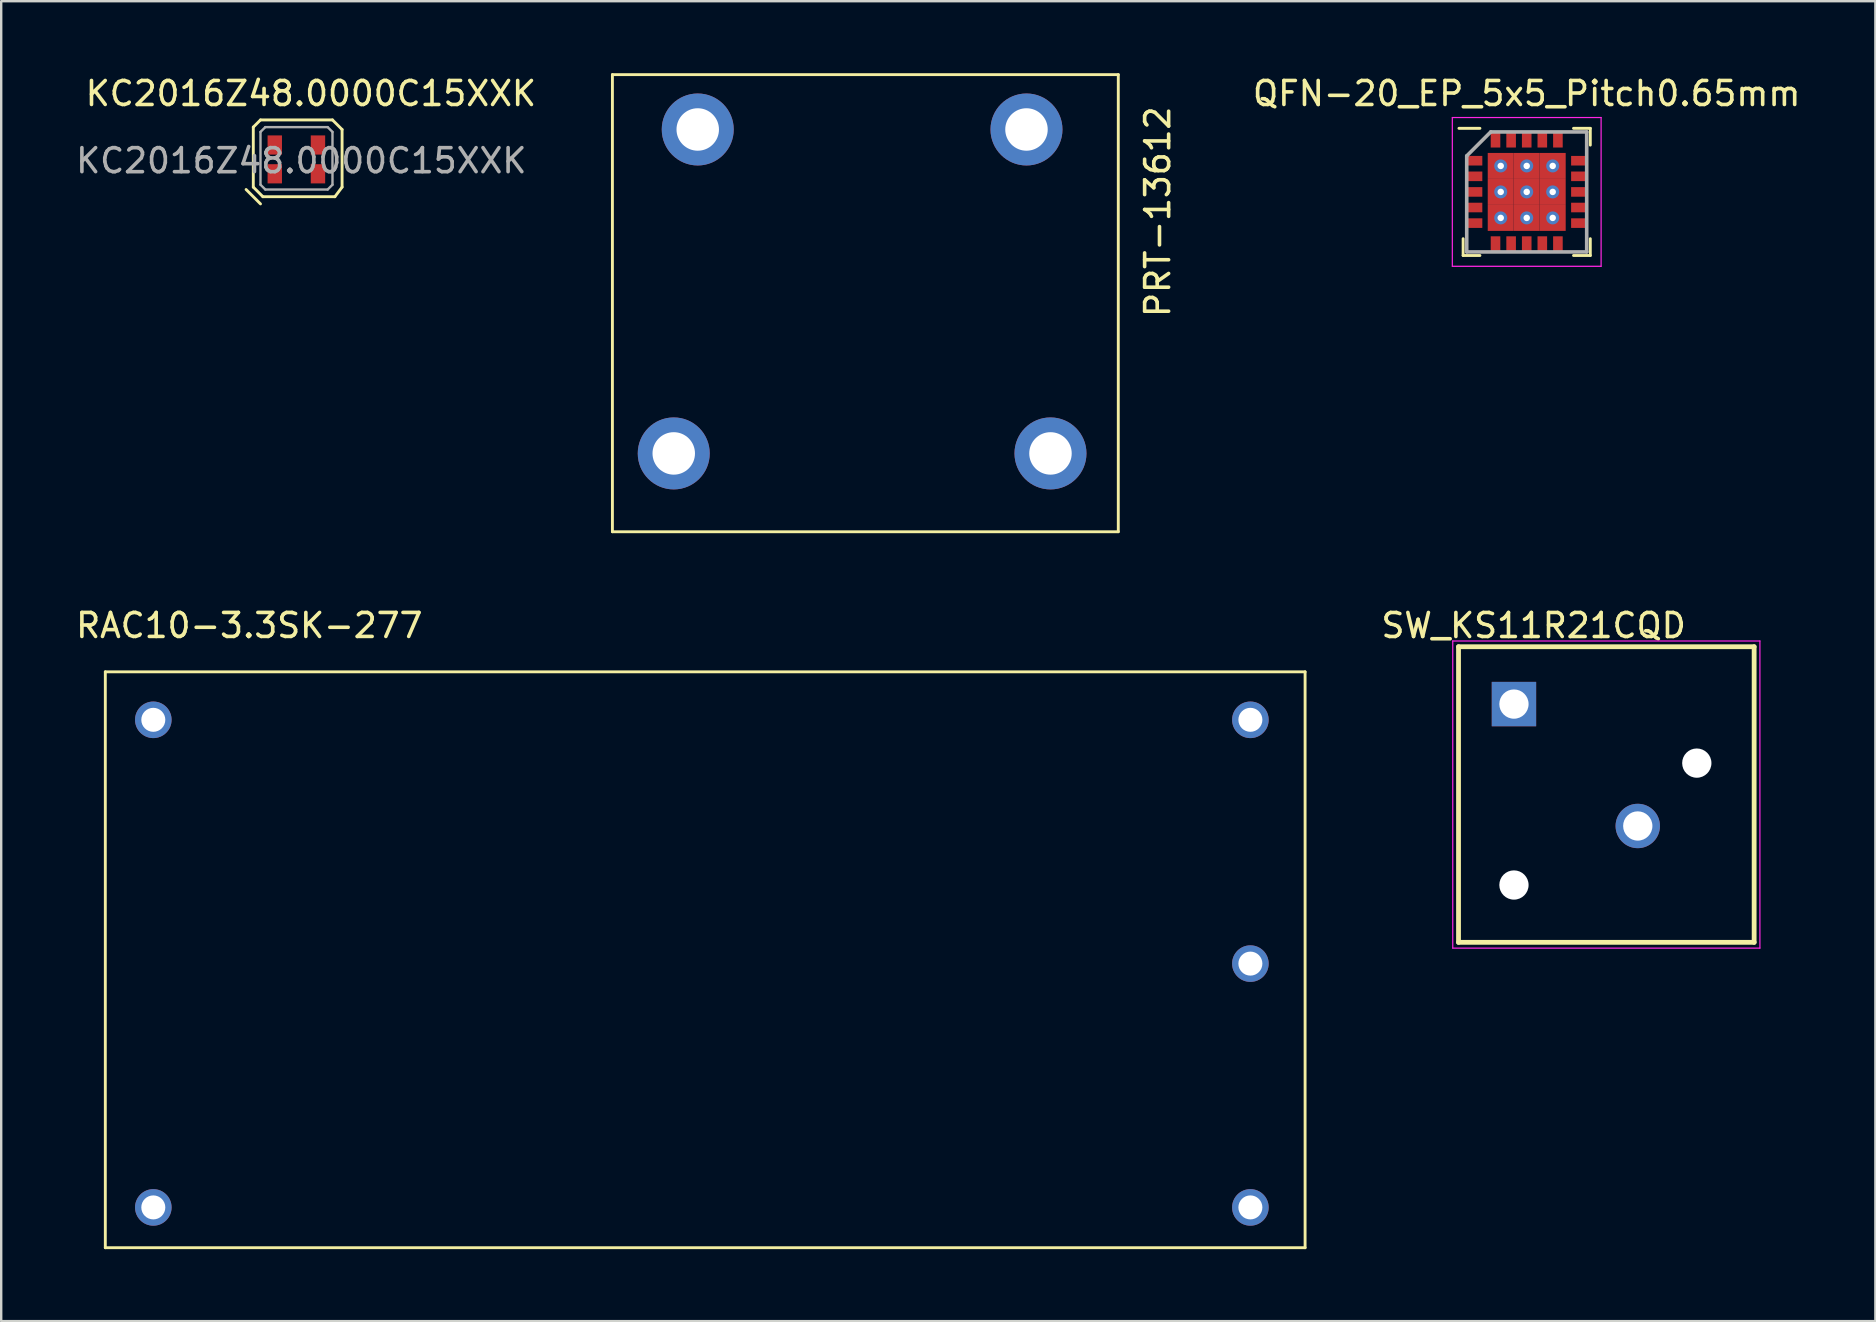
<source format=kicad_pcb>
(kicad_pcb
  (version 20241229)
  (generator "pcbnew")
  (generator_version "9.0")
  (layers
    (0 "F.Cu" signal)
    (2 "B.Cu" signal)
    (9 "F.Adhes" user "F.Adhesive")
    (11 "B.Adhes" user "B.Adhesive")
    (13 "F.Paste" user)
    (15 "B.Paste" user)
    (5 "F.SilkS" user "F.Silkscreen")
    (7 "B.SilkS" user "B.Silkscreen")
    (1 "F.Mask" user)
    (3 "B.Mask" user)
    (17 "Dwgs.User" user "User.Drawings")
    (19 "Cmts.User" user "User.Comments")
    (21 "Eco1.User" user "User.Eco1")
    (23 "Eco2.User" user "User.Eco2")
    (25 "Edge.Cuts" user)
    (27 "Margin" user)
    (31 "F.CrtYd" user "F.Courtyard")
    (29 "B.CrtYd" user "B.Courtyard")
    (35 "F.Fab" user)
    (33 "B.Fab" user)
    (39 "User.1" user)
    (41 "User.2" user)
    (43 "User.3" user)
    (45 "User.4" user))
  (footprint "SW_KS11R21CQD"
    (layer "F.Cu")
    (at 63.893 30.062)
    (property "Reference" "SW_KS11R21CQD" (at -3.029 -7.043 0) (layer "F.SilkS") (effects (font (size 1.001 1.001) (thickness 0.15))))
    (attr through_hole)
    (fp_line (start -6.16 -6.16) (end 6.16 -6.16) (stroke (width 0.2) (type solid)) (layer "F.SilkS"))
    (fp_line (start -6.16 6.16) (end -6.16 -6.16) (stroke (width 0.2) (type solid)) (layer "F.SilkS"))
    (fp_line (start 6.16 -6.16) (end 6.16 6.16) (stroke (width 0.2) (type solid)) (layer "F.SilkS"))
    (fp_line (start 6.16 6.16) (end -6.16 6.16) (stroke (width 0.2) (type solid)) (layer "F.SilkS"))
    (fp_line (start -6.4 -6.4) (end 6.4 -6.4) (stroke (width 0.05) (type solid)) (layer "F.CrtYd"))
    (fp_line (start -6.4 6.4) (end -6.4 -6.4) (stroke (width 0.05) (type solid)) (layer "F.CrtYd"))
    (fp_line (start 6.4 -6.4) (end 6.4 6.4) (stroke (width 0.05) (type solid)) (layer "F.CrtYd"))
    (fp_line (start 6.4 6.4) (end -6.4 6.4) (stroke (width 0.05) (type solid)) (layer "F.CrtYd"))
    (pad "" np_thru_hole circle (at -3.85 3.77) (size 1.22 1.22) (drill 1.22) (layers "*.Cu" "*.Mask"))
    (pad "" np_thru_hole circle (at 3.77 -1.31) (size 1.22 1.22) (drill 1.22) (layers "*.Cu" "*.Mask"))
    (pad "1" thru_hole rect (at -3.85 -3.77) (size 1.85 1.85) (drill 1.22) (layers "*.Cu" "*.Mask"))
    (pad "2" thru_hole circle (at 1.31 1.31) (size 1.85 1.85) (drill 1.22) (layers "*.Cu" "*.Mask")))
  (footprint "RAC10-3.3SK-277"
    (layer "F.Cu")
    (at 3.339 26.948)
    (property "Reference" "RAC10-3.3SK-277" (at 4 -3.93 0) (layer "F.SilkS") (effects (font (size 1 1) (thickness 0.15))))
    (attr through_hole)
    (fp_line (start -2 -2) (end -2 22) (stroke (width 0.12) (type solid)) (layer "F.SilkS"))
    (fp_line (start -2 22) (end 48 22) (stroke (width 0.12) (type solid)) (layer "F.SilkS"))
    (fp_line (start 48 -2) (end -2 -2) (stroke (width 0.12) (type solid)) (layer "F.SilkS"))
    (fp_line (start 48 22) (end 48 -2) (stroke (width 0.12) (type solid)) (layer "F.SilkS"))
    (pad "1" thru_hole circle (at 0 0) (size 1.524 1.524) (drill 1) (layers "*.Cu" "*.Mask"))
    (pad "2" thru_hole circle (at 0 20.32) (size 1.524 1.524) (drill 1) (layers "*.Cu" "*.Mask"))
    (pad "3" thru_hole circle (at 45.72 20.32) (size 1.524 1.524) (drill 1) (layers "*.Cu" "*.Mask"))
    (pad "4" thru_hole circle (at 45.72 10.16) (size 1.524 1.524) (drill 1) (layers "*.Cu" "*.Mask"))
    (pad "5" thru_hole circle (at 45.72 0) (size 1.524 1.524) (drill 1) (layers "*.Cu" "*.Mask")))
  (footprint "PRT-13612"
    (layer "F.Cu")
    (at 26.028 2.346)
    (property "Reference" "PRT-13612" (at 19.169 3.429 90) (layer "F.SilkS") (effects (font (size 1 1) (thickness 0.15))))
    (attr through_hole)
    (fp_line (start -3.556 -2.286) (end -3.556 16.764) (stroke (width 0.12) (type solid)) (layer "F.SilkS"))
    (fp_line (start -3.556 16.764) (end 17.526 16.764) (stroke (width 0.12) (type solid)) (layer "F.SilkS"))
    (fp_line (start 17.526 -2.286) (end -3.556 -2.286) (stroke (width 0.12) (type solid)) (layer "F.SilkS"))
    (fp_line (start 17.526 16.764) (end 17.526 -2.286) (stroke (width 0.12) (type solid)) (layer "F.SilkS"))
    (pad "" thru_hole circle (at -1 13.5) (size 3 3) (drill 1.77) (layers "*.Cu" "*.Mask"))
    (pad "" thru_hole circle (at 14.7 13.5) (size 3 3) (drill 1.77) (layers "*.Cu" "*.Mask"))
    (pad "1" thru_hole circle (at 0 0) (size 3 3) (drill 1.77) (layers "*.Cu" "*.Mask"))
    (pad "2" thru_hole circle (at 13.7 0) (size 3 3) (drill 1.77) (layers "*.Cu" "*.Mask")))
  (footprint "KC2016Z48.0000C15XXK"
    (layer "F.Cu")
    (at 9.506 3.648)
    (property "Reference" "KC2016Z48.0000C15XXK" (at 0.4 -2.8 0) (layer "F.SilkS") (effects (font (size 1 1) (thickness 0.15))))
    (attr through_hole)
    (fp_line (start -2.3 1.2) (end -1.7 1.8) (stroke (width 0.12) (type solid)) (layer "F.SilkS"))
    (fp_line (start -2 -1.4) (end -1.7 -1.7) (stroke (width 0.12) (type solid)) (layer "F.SilkS"))
    (fp_line (start -2 1.1) (end -2 -1.4) (stroke (width 0.12) (type solid)) (layer "F.SilkS"))
    (fp_line (start -1.7 -1.7) (end 1.3 -1.7) (stroke (width 0.12) (type solid)) (layer "F.SilkS"))
    (fp_line (start -1.6 1.5) (end -2 1.1) (stroke (width 0.12) (type solid)) (layer "F.SilkS"))
    (fp_line (start 1.3 -1.7) (end 1.7 -1.3) (stroke (width 0.12) (type solid)) (layer "F.SilkS"))
    (fp_line (start 1.4 1.5) (end -1.6 1.5) (stroke (width 0.12) (type solid)) (layer "F.SilkS"))
    (fp_line (start 1.7 -1.3) (end 1.7 1.1) (stroke (width 0.12) (type solid)) (layer "F.SilkS"))
    (fp_line (start 1.7 1.1) (end 1.4 1.5) (stroke (width 0.12) (type solid)) (layer "F.SilkS"))
    (fp_line (start -1.7 -1.2) (end -1.5 -1.4) (stroke (width 0.1) (type solid)) (layer "F.Fab"))
    (fp_line (start -1.7 1) (end -1.7 -1.2) (stroke (width 0.1) (type solid)) (layer "F.Fab"))
    (fp_line (start -1.5 -1.4) (end 1.1 -1.4) (stroke (width 0.1) (type solid)) (layer "F.Fab"))
    (fp_line (start -1.5 1.2) (end -1.7 1) (stroke (width 0.1) (type solid)) (layer "F.Fab"))
    (fp_line (start 1.1 -1.4) (end 1.3 -1.2) (stroke (width 0.1) (type solid)) (layer "F.Fab"))
    (fp_line (start 1.1 1.2) (end -1.5 1.2) (stroke (width 0.1) (type solid)) (layer "F.Fab"))
    (fp_line (start 1.3 -1.2) (end 1.3 1) (stroke (width 0.1) (type solid)) (layer "F.Fab"))
    (fp_line (start 1.3 1) (end 1.1 1.2) (stroke (width 0.1) (type solid)) (layer "F.Fab"))
    (fp_text user "${REFERENCE}" (at 0 0 0) (layer "F.Fab") (effects (font (size 1 1) (thickness 0.15))))
    (pad "1" smd rect (at -1.105 0.545) (size 0.6 0.8) (layers "F.Cu" "F.Mask" "F.Paste"))
    (pad "2" smd rect (at 0.695 0.545) (size 0.6 0.8) (layers "F.Cu" "F.Mask" "F.Paste"))
    (pad "3" smd rect (at 0.695 -0.655) (size 0.6 0.8) (layers "F.Cu" "F.Mask" "F.Paste"))
    (pad "4" smd rect (at -1.105 -0.655) (size 0.6 0.8) (layers "F.Cu" "F.Mask" "F.Paste")))
  (footprint "QFN-20_EP_5x5_Pitch0.65mm"
    (layer "F.Cu")
    (at 60.575 4.948)
    (property "Reference" "QFN-20_EP_5x5_Pitch0.65mm" (at 0 -4.1 0) (layer "F.SilkS") (effects (font (size 1 1) (thickness 0.15))))
    (attr smd)
    (fp_line (start -2.65 2.65) (end -2.65 1.95) (stroke (width 0.12) (type solid)) (layer "F.SilkS"))
    (fp_line (start -1.95 -2.65) (end -2.825 -2.65) (stroke (width 0.12) (type solid)) (layer "F.SilkS"))
    (fp_line (start -1.95 2.65) (end -2.65 2.65) (stroke (width 0.12) (type solid)) (layer "F.SilkS"))
    (fp_line (start 1.95 -2.65) (end 2.65 -2.65) (stroke (width 0.12) (type solid)) (layer "F.SilkS"))
    (fp_line (start 1.95 2.65) (end 2.65 2.65) (stroke (width 0.12) (type solid)) (layer "F.SilkS"))
    (fp_line (start 2.65 -2.65) (end 2.65 -1.95) (stroke (width 0.12) (type solid)) (layer "F.SilkS"))
    (fp_line (start 2.65 2.65) (end 2.65 1.95) (stroke (width 0.12) (type solid)) (layer "F.SilkS"))
    (fp_line (start -3.1 -3.1) (end 3.1 -3.1) (stroke (width 0.05) (type solid)) (layer "F.CrtYd"))
    (fp_line (start -3.1 3.1) (end -3.1 -3.1) (stroke (width 0.05) (type solid)) (layer "F.CrtYd"))
    (fp_line (start 3.1 -3.1) (end 3.1 3.1) (stroke (width 0.05) (type solid)) (layer "F.CrtYd"))
    (fp_line (start 3.1 3.1) (end -3.1 3.1) (stroke (width 0.05) (type solid)) (layer "F.CrtYd"))
    (fp_line (start -2.5 -1.5) (end -2.5 2.5) (stroke (width 0.15) (type solid)) (layer "F.Fab"))
    (fp_line (start -2.5 2.5) (end 2.5 2.5) (stroke (width 0.15) (type solid)) (layer "F.Fab"))
    (fp_line (start -1.5 -2.5) (end -2.5 -1.5) (stroke (width 0.15) (type solid)) (layer "F.Fab"))
    (fp_line (start 2.5 -2.5) (end -1.5 -2.5) (stroke (width 0.15) (type solid)) (layer "F.Fab"))
    (fp_line (start 2.5 2.5) (end 2.5 -2.5) (stroke (width 0.15) (type solid)) (layer "F.Fab"))
    (pad "1" smd rect (at -2.175 -1.3 90) (size 0.4 0.65) (layers "F.Cu" "F.Mask" "F.Paste"))
    (pad "2" smd rect (at -2.175 -0.65 90) (size 0.4 0.65) (layers "F.Cu" "F.Mask" "F.Paste"))
    (pad "3" smd rect (at -2.175 0 90) (size 0.4 0.65) (layers "F.Cu" "F.Mask" "F.Paste"))
    (pad "4" smd rect (at -2.175 0.65 90) (size 0.4 0.65) (layers "F.Cu" "F.Mask" "F.Paste"))
    (pad "5" smd rect (at -2.175 1.3 90) (size 0.4 0.65) (layers "F.Cu" "F.Mask" "F.Paste"))
    (pad "6" smd rect (at -1.3 2.175) (size 0.4 0.65) (layers "F.Cu" "F.Mask" "F.Paste"))
    (pad "7" smd rect (at -0.65 2.175) (size 0.4 0.65) (layers "F.Cu" "F.Mask" "F.Paste"))
    (pad "8" smd rect (at 0 2.175) (size 0.4 0.65) (layers "F.Cu" "F.Mask" "F.Paste"))
    (pad "9" smd rect (at 0.65 2.175) (size 0.4 0.65) (layers "F.Cu" "F.Mask" "F.Paste"))
    (pad "10" smd rect (at 1.3 2.175) (size 0.4 0.65) (layers "F.Cu" "F.Mask" "F.Paste"))
    (pad "11" smd rect (at 2.175 1.3 90) (size 0.4 0.65) (layers "F.Cu" "F.Mask" "F.Paste"))
    (pad "12" smd rect (at 2.175 0.65 90) (size 0.4 0.65) (layers "F.Cu" "F.Mask" "F.Paste"))
    (pad "13" smd rect (at 2.175 0 90) (size 0.4 0.65) (layers "F.Cu" "F.Mask" "F.Paste"))
    (pad "14" smd rect (at 2.175 -0.65 90) (size 0.4 0.65) (layers "F.Cu" "F.Mask" "F.Paste"))
    (pad "15" smd rect (at 2.175 -1.3 90) (size 0.4 0.65) (layers "F.Cu" "F.Mask" "F.Paste"))
    (pad "16" smd rect (at 1.3 -2.175) (size 0.4 0.65) (layers "F.Cu" "F.Mask" "F.Paste"))
    (pad "17" smd rect (at 0.65 -2.175) (size 0.4 0.65) (layers "F.Cu" "F.Mask" "F.Paste"))
    (pad "18" smd rect (at 0 -2.175) (size 0.4 0.65) (layers "F.Cu" "F.Mask" "F.Paste"))
    (pad "19" smd rect (at -0.65 -2.175) (size 0.4 0.65) (layers "F.Cu" "F.Mask" "F.Paste"))
    (pad "20" smd rect (at -1.3 -2.175) (size 0.4 0.65) (layers "F.Cu" "F.Mask" "F.Paste"))
    (pad "21" thru_hole circle (at -1.083 -1.083) (size 0.542 0.542) (drill 0.271) (layers "*.Cu" "*.Mask"))
    (pad "21" smd rect (at -1.083 -1.083) (size 1.083 1.083) (layers "F.Cu" "F.Mask" "F.Paste"))
    (pad "21" thru_hole circle (at -1.083 0) (size 0.542 0.542) (drill 0.271) (layers "*.Cu" "*.Mask"))
    (pad "21" smd rect (at -1.083 0) (size 1.083 1.083) (layers "F.Cu" "F.Mask" "F.Paste"))
    (pad "21" thru_hole circle (at -1.083 1.083) (size 0.542 0.542) (drill 0.271) (layers "*.Cu" "*.Mask"))
    (pad "21" smd rect (at -1.083 1.083) (size 1.083 1.083) (layers "F.Cu" "F.Mask" "F.Paste"))
    (pad "21" thru_hole circle (at 0 -1.083) (size 0.542 0.542) (drill 0.271) (layers "*.Cu" "*.Mask"))
    (pad "21" smd rect (at 0 -1.083) (size 1.083 1.083) (layers "F.Cu" "F.Mask" "F.Paste"))
    (pad "21" thru_hole circle (at 0 0) (size 0.542 0.542) (drill 0.271) (layers "*.Cu" "*.Mask"))
    (pad "21" smd rect (at 0 0) (size 1.083 1.083) (layers "F.Cu" "F.Mask" "F.Paste"))
    (pad "21" thru_hole circle (at 0 1.083) (size 0.542 0.542) (drill 0.271) (layers "*.Cu" "*.Mask"))
    (pad "21" smd rect (at 0 1.083) (size 1.083 1.083) (layers "F.Cu" "F.Mask" "F.Paste"))
    (pad "21" thru_hole circle (at 1.083 -1.083) (size 0.542 0.542) (drill 0.271) (layers "*.Cu" "*.Mask"))
    (pad "21" smd rect (at 1.083 -1.083) (size 1.083 1.083) (layers "F.Cu" "F.Mask" "F.Paste"))
    (pad "21" thru_hole circle (at 1.083 0) (size 0.542 0.542) (drill 0.271) (layers "*.Cu" "*.Mask"))
    (pad "21" smd rect (at 1.083 0) (size 1.083 1.083) (layers "F.Cu" "F.Mask" "F.Paste"))
    (pad "21" thru_hole circle (at 1.083 1.083) (size 0.542 0.542) (drill 0.271) (layers "*.Cu" "*.Mask"))
    (pad "21" smd rect (at 1.083 1.083) (size 1.083 1.083) (layers "F.Cu" "F.Mask" "F.Paste")))
  (gr_rect
    (start -3 -3)
    (end 75.105 52.008)
    (stroke (width 0.1) (type default))
    (fill no)
    (layer "Edge.Cuts")))
</source>
